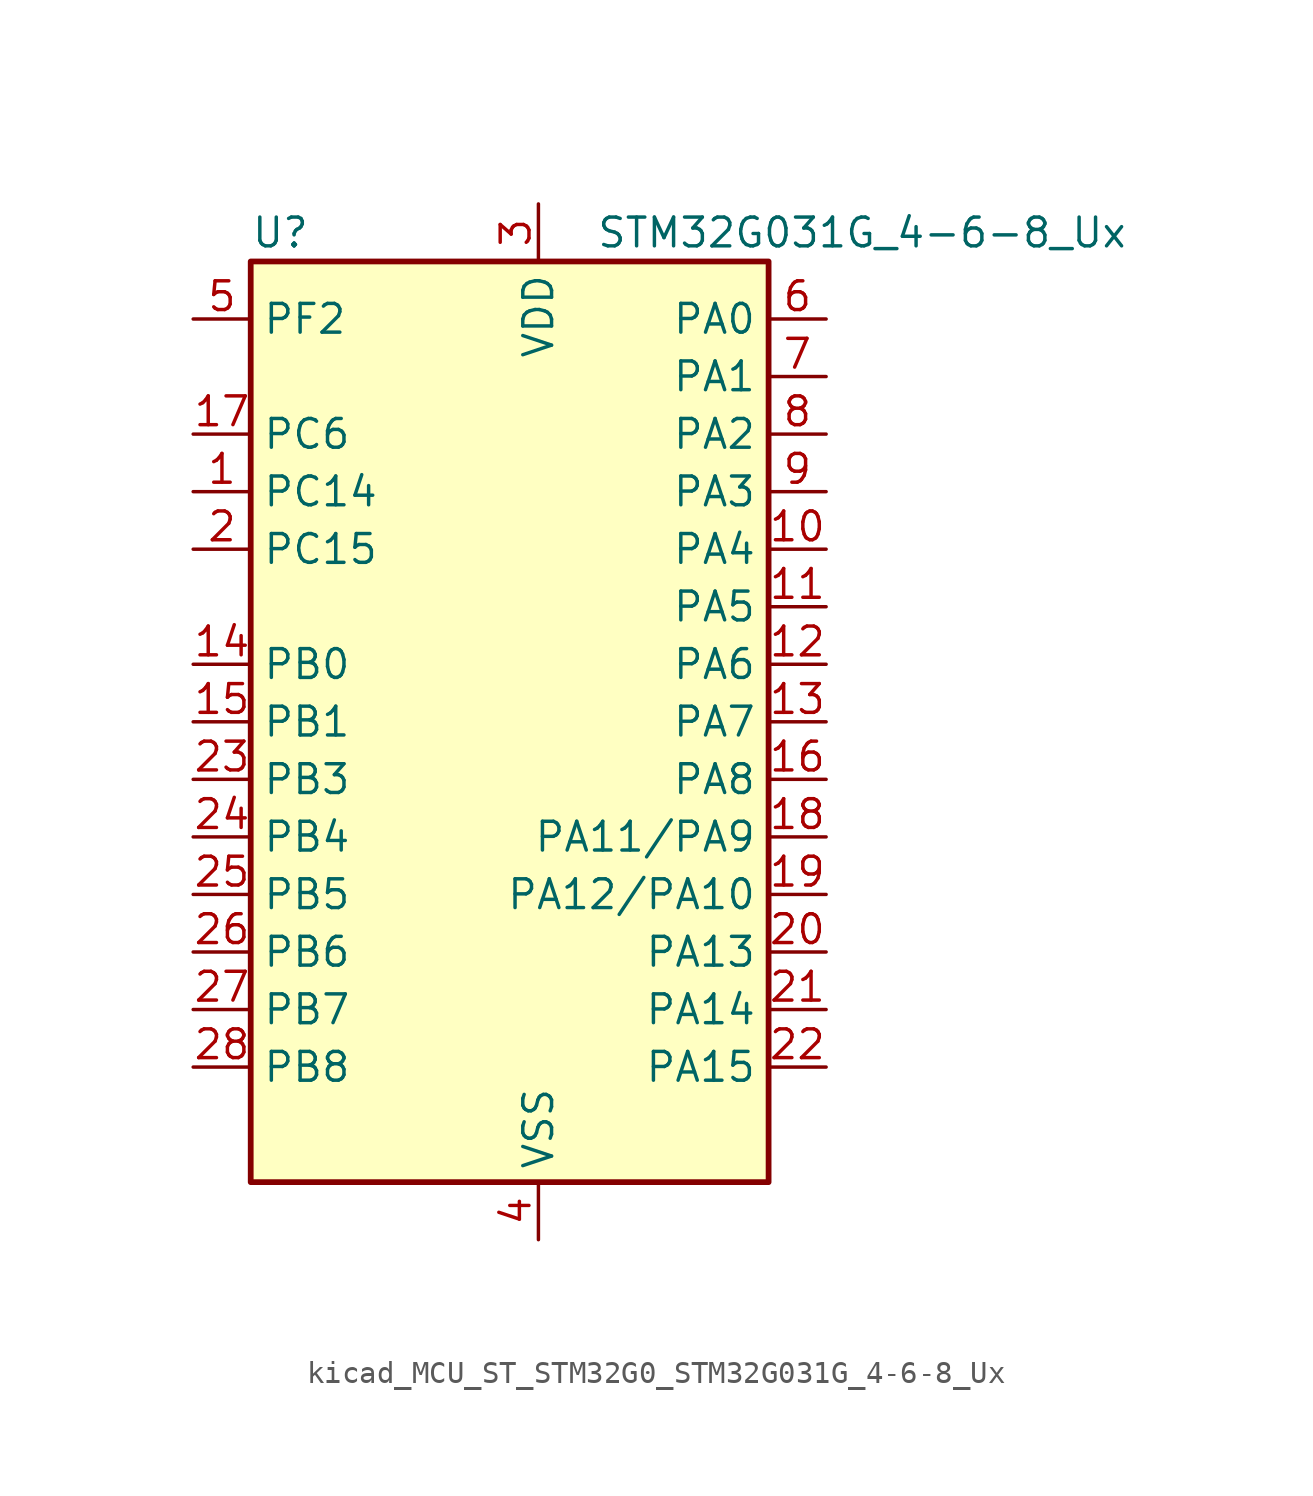
<source format=kicad_sym>
(kicad_symbol_lib
  (version 20220914)
  (generator kicad_symbol_editor)
  (symbol "kicad_MCU_ST_STM32G0_STM32G031G_4-6-8_Ux"
    (property "Reference" "U"
      (at -10.16 21.59 0)
      (effects (font (size 1.27 1.27)) (justify left)))
    (property "Value" "STM32G031G_4-6-8_Ux"
      (at 5.08 21.59 0)
      (effects (font (size 1.27 1.27)) (justify left)))
    (property "ki_locked" ""
      (at 0 0 0)
      (effects (font (size 1.27 1.27))))
    (symbol "kicad_MCU_ST_STM32G0_STM32G031G_4-6-8_Ux_0_1"
      (rectangle (start -10.16 -20.32) (end 12.7 20.32) (stroke (width 0.254) (type default)) (fill (type background))))
    (symbol "kicad_MCU_ST_STM32G0_STM32G031G_4-6-8_Ux_1_1"
      (pin bidirectional line (at -12.7 10.16 0) (length 2.54) (name "PC14" (effects (font (size 1.27 1.27)))) (number "1" (effects (font (size 1.27 1.27)))) (alternate "RCC_OSC32_IN" bidirectional line) (alternate "RCC_OSC_IN" bidirectional line) (alternate "TIM1_BK2" bidirectional line))
      (pin bidirectional line (at 15.24 7.62 180) (length 2.54) (name "PA4" (effects (font (size 1.27 1.27)))) (number "10" (effects (font (size 1.27 1.27)))) (alternate "ADC1_IN4" bidirectional line) (alternate "I2S1_WS" bidirectional line) (alternate "LPTIM2_OUT" bidirectional line) (alternate "RTC_OUT_ALARM" bidirectional line) (alternate "RTC_OUT_CALIB" bidirectional line) (alternate "RTC_TAMP_IN1" bidirectional line) (alternate "RTC_TS" bidirectional line) (alternate "SPI1_NSS" bidirectional line) (alternate "SPI2_MOSI" bidirectional line) (alternate "SYS_WKUP2" bidirectional line) (alternate "TIM14_CH1" bidirectional line))
      (pin bidirectional line (at 15.24 5.08 180) (length 2.54) (name "PA5" (effects (font (size 1.27 1.27)))) (number "11" (effects (font (size 1.27 1.27)))) (alternate "ADC1_IN5" bidirectional line) (alternate "I2S1_CK" bidirectional line) (alternate "LPTIM2_ETR" bidirectional line) (alternate "SPI1_SCK" bidirectional line) (alternate "TIM2_CH1" bidirectional line) (alternate "TIM2_ETR" bidirectional line))
      (pin bidirectional line (at 15.24 2.54 180) (length 2.54) (name "PA6" (effects (font (size 1.27 1.27)))) (number "12" (effects (font (size 1.27 1.27)))) (alternate "ADC1_IN6" bidirectional line) (alternate "I2S1_MCK" bidirectional line) (alternate "LPUART1_CTS" bidirectional line) (alternate "SPI1_MISO" bidirectional line) (alternate "TIM16_CH1" bidirectional line) (alternate "TIM1_BK" bidirectional line) (alternate "TIM3_CH1" bidirectional line))
      (pin bidirectional line (at 15.24 0 180) (length 2.54) (name "PA7" (effects (font (size 1.27 1.27)))) (number "13" (effects (font (size 1.27 1.27)))) (alternate "ADC1_IN7" bidirectional line) (alternate "I2S1_SD" bidirectional line) (alternate "SPI1_MOSI" bidirectional line) (alternate "TIM14_CH1" bidirectional line) (alternate "TIM17_CH1" bidirectional line) (alternate "TIM1_CH1N" bidirectional line) (alternate "TIM3_CH2" bidirectional line))
      (pin bidirectional line (at -12.7 2.54 0) (length 2.54) (name "PB0" (effects (font (size 1.27 1.27)))) (number "14" (effects (font (size 1.27 1.27)))) (alternate "ADC1_IN8" bidirectional line) (alternate "I2S1_WS" bidirectional line) (alternate "LPTIM1_OUT" bidirectional line) (alternate "SPI1_NSS" bidirectional line) (alternate "TIM1_CH2N" bidirectional line) (alternate "TIM3_CH3" bidirectional line))
      (pin bidirectional line (at -12.7 0 0) (length 2.54) (name "PB1" (effects (font (size 1.27 1.27)))) (number "15" (effects (font (size 1.27 1.27)))) (alternate "ADC1_IN9" bidirectional line) (alternate "LPTIM2_IN1" bidirectional line) (alternate "LPUART1_DE" bidirectional line) (alternate "LPUART1_RTS" bidirectional line) (alternate "TIM14_CH1" bidirectional line) (alternate "TIM1_CH3N" bidirectional line) (alternate "TIM3_CH4" bidirectional line))
      (pin bidirectional line (at 15.24 -2.54 180) (length 2.54) (name "PA8" (effects (font (size 1.27 1.27)))) (number "16" (effects (font (size 1.27 1.27)))) (alternate "LPTIM2_OUT" bidirectional line) (alternate "RCC_MCO" bidirectional line) (alternate "SPI2_NSS" bidirectional line) (alternate "TIM1_CH1" bidirectional line))
      (pin bidirectional line (at -12.7 12.7 0) (length 2.54) (name "PC6" (effects (font (size 1.27 1.27)))) (number "17" (effects (font (size 1.27 1.27)))) (alternate "TIM2_CH3" bidirectional line) (alternate "TIM3_CH1" bidirectional line))
      (pin bidirectional line (at 15.24 -5.08 180) (length 2.54) (name "PA11/PA9" (effects (font (size 1.27 1.27)))) (number "18" (effects (font (size 1.27 1.27)))) (alternate "ADC1_EXTI11" bidirectional line) (alternate "ADC1_IN15" bidirectional line) (alternate "I2C2_SCL" bidirectional line) (alternate "I2S1_MCK" bidirectional line) (alternate "SPI1_MISO" bidirectional line) (alternate "TIM1_BK2" bidirectional line) (alternate "TIM1_CH4" bidirectional line) (alternate "USART1_CTS" bidirectional line) (alternate "USART1_NSS" bidirectional line))
      (pin bidirectional line (at 15.24 -7.62 180) (length 2.54) (name "PA12/PA10" (effects (font (size 1.27 1.27)))) (number "19" (effects (font (size 1.27 1.27)))) (alternate "ADC1_IN16" bidirectional line) (alternate "I2C2_SDA" bidirectional line) (alternate "I2S1_SD" bidirectional line) (alternate "I2S_CKIN" bidirectional line) (alternate "SPI1_MOSI" bidirectional line) (alternate "TIM1_ETR" bidirectional line) (alternate "USART1_CK" bidirectional line) (alternate "USART1_DE" bidirectional line) (alternate "USART1_RTS" bidirectional line))
      (pin bidirectional line (at -12.7 7.62 0) (length 2.54) (name "PC15" (effects (font (size 1.27 1.27)))) (number "2" (effects (font (size 1.27 1.27)))) (alternate "RCC_OSC32_EN" bidirectional line) (alternate "RCC_OSC32_OUT" bidirectional line) (alternate "RCC_OSC_EN" bidirectional line))
      (pin bidirectional line (at 15.24 -10.16 180) (length 2.54) (name "PA13" (effects (font (size 1.27 1.27)))) (number "20" (effects (font (size 1.27 1.27)))) (alternate "ADC1_IN17" bidirectional line) (alternate "IR_OUT" bidirectional line) (alternate "SYS_SWDIO" bidirectional line))
      (pin bidirectional line (at 15.24 -12.7 180) (length 2.54) (name "PA14" (effects (font (size 1.27 1.27)))) (number "21" (effects (font (size 1.27 1.27)))) (alternate "ADC1_IN18" bidirectional line) (alternate "SYS_SWCLK" bidirectional line) (alternate "USART2_TX" bidirectional line))
      (pin bidirectional line (at 15.24 -15.24 180) (length 2.54) (name "PA15" (effects (font (size 1.27 1.27)))) (number "22" (effects (font (size 1.27 1.27)))) (alternate "I2S1_WS" bidirectional line) (alternate "SPI1_NSS" bidirectional line) (alternate "TIM2_CH1" bidirectional line) (alternate "TIM2_ETR" bidirectional line) (alternate "USART2_RX" bidirectional line))
      (pin bidirectional line (at -12.7 -2.54 0) (length 2.54) (name "PB3" (effects (font (size 1.27 1.27)))) (number "23" (effects (font (size 1.27 1.27)))) (alternate "I2S1_CK" bidirectional line) (alternate "SPI1_SCK" bidirectional line) (alternate "TIM1_CH2" bidirectional line) (alternate "TIM2_CH2" bidirectional line) (alternate "USART1_CK" bidirectional line) (alternate "USART1_DE" bidirectional line) (alternate "USART1_RTS" bidirectional line))
      (pin bidirectional line (at -12.7 -5.08 0) (length 2.54) (name "PB4" (effects (font (size 1.27 1.27)))) (number "24" (effects (font (size 1.27 1.27)))) (alternate "I2S1_MCK" bidirectional line) (alternate "SPI1_MISO" bidirectional line) (alternate "TIM17_BK" bidirectional line) (alternate "TIM3_CH1" bidirectional line) (alternate "USART1_CTS" bidirectional line) (alternate "USART1_NSS" bidirectional line))
      (pin bidirectional line (at -12.7 -7.62 0) (length 2.54) (name "PB5" (effects (font (size 1.27 1.27)))) (number "25" (effects (font (size 1.27 1.27)))) (alternate "I2C1_SMBA" bidirectional line) (alternate "I2S1_SD" bidirectional line) (alternate "LPTIM1_IN1" bidirectional line) (alternate "SPI1_MOSI" bidirectional line) (alternate "SYS_WKUP6" bidirectional line) (alternate "TIM16_BK" bidirectional line) (alternate "TIM3_CH2" bidirectional line))
      (pin bidirectional line (at -12.7 -10.16 0) (length 2.54) (name "PB6" (effects (font (size 1.27 1.27)))) (number "26" (effects (font (size 1.27 1.27)))) (alternate "I2C1_SCL" bidirectional line) (alternate "LPTIM1_ETR" bidirectional line) (alternate "SPI2_MISO" bidirectional line) (alternate "TIM16_CH1N" bidirectional line) (alternate "TIM1_CH3" bidirectional line) (alternate "USART1_TX" bidirectional line))
      (pin bidirectional line (at -12.7 -12.7 0) (length 2.54) (name "PB7" (effects (font (size 1.27 1.27)))) (number "27" (effects (font (size 1.27 1.27)))) (alternate "ADC1_IN11" bidirectional line) (alternate "I2C1_SDA" bidirectional line) (alternate "LPTIM1_IN2" bidirectional line) (alternate "SPI2_MOSI" bidirectional line) (alternate "SYS_PVD_IN" bidirectional line) (alternate "TIM17_CH1N" bidirectional line) (alternate "USART1_RX" bidirectional line))
      (pin bidirectional line (at -12.7 -15.24 0) (length 2.54) (name "PB8" (effects (font (size 1.27 1.27)))) (number "28" (effects (font (size 1.27 1.27)))) (alternate "I2C1_SCL" bidirectional line) (alternate "SPI2_SCK" bidirectional line) (alternate "TIM16_CH1" bidirectional line))
      (pin power_in line (at 2.54 22.86 270) (length 2.54) (name "VDD" (effects (font (size 1.27 1.27)))) (number "3" (effects (font (size 1.27 1.27)))))
      (pin power_in line (at 2.54 -22.86 90) (length 2.54) (name "VSS" (effects (font (size 1.27 1.27)))) (number "4" (effects (font (size 1.27 1.27)))))
      (pin bidirectional line (at -12.7 17.78 0) (length 2.54) (name "PF2" (effects (font (size 1.27 1.27)))) (number "5" (effects (font (size 1.27 1.27)))) (alternate "RCC_MCO" bidirectional line))
      (pin bidirectional line (at 15.24 17.78 180) (length 2.54) (name "PA0" (effects (font (size 1.27 1.27)))) (number "6" (effects (font (size 1.27 1.27)))) (alternate "ADC1_IN0" bidirectional line) (alternate "LPTIM1_OUT" bidirectional line) (alternate "RTC_TAMP_IN2" bidirectional line) (alternate "SPI2_SCK" bidirectional line) (alternate "SYS_WKUP1" bidirectional line) (alternate "TIM2_CH1" bidirectional line) (alternate "TIM2_ETR" bidirectional line) (alternate "USART2_CTS" bidirectional line) (alternate "USART2_NSS" bidirectional line))
      (pin bidirectional line (at 15.24 15.24 180) (length 2.54) (name "PA1" (effects (font (size 1.27 1.27)))) (number "7" (effects (font (size 1.27 1.27)))) (alternate "ADC1_IN1" bidirectional line) (alternate "I2C1_SMBA" bidirectional line) (alternate "I2S1_CK" bidirectional line) (alternate "SPI1_SCK" bidirectional line) (alternate "TIM2_CH2" bidirectional line) (alternate "USART2_CK" bidirectional line) (alternate "USART2_DE" bidirectional line) (alternate "USART2_RTS" bidirectional line))
      (pin bidirectional line (at 15.24 12.7 180) (length 2.54) (name "PA2" (effects (font (size 1.27 1.27)))) (number "8" (effects (font (size 1.27 1.27)))) (alternate "ADC1_IN2" bidirectional line) (alternate "I2S1_SD" bidirectional line) (alternate "LPUART1_TX" bidirectional line) (alternate "RCC_LSCO" bidirectional line) (alternate "SPI1_MOSI" bidirectional line) (alternate "SYS_WKUP4" bidirectional line) (alternate "TIM2_CH3" bidirectional line) (alternate "USART2_TX" bidirectional line))
      (pin bidirectional line (at 15.24 10.16 180) (length 2.54) (name "PA3" (effects (font (size 1.27 1.27)))) (number "9" (effects (font (size 1.27 1.27)))) (alternate "ADC1_IN3" bidirectional line) (alternate "LPUART1_RX" bidirectional line) (alternate "SPI2_MISO" bidirectional line) (alternate "TIM2_CH4" bidirectional line) (alternate "USART2_RX" bidirectional line)))))
</source>
